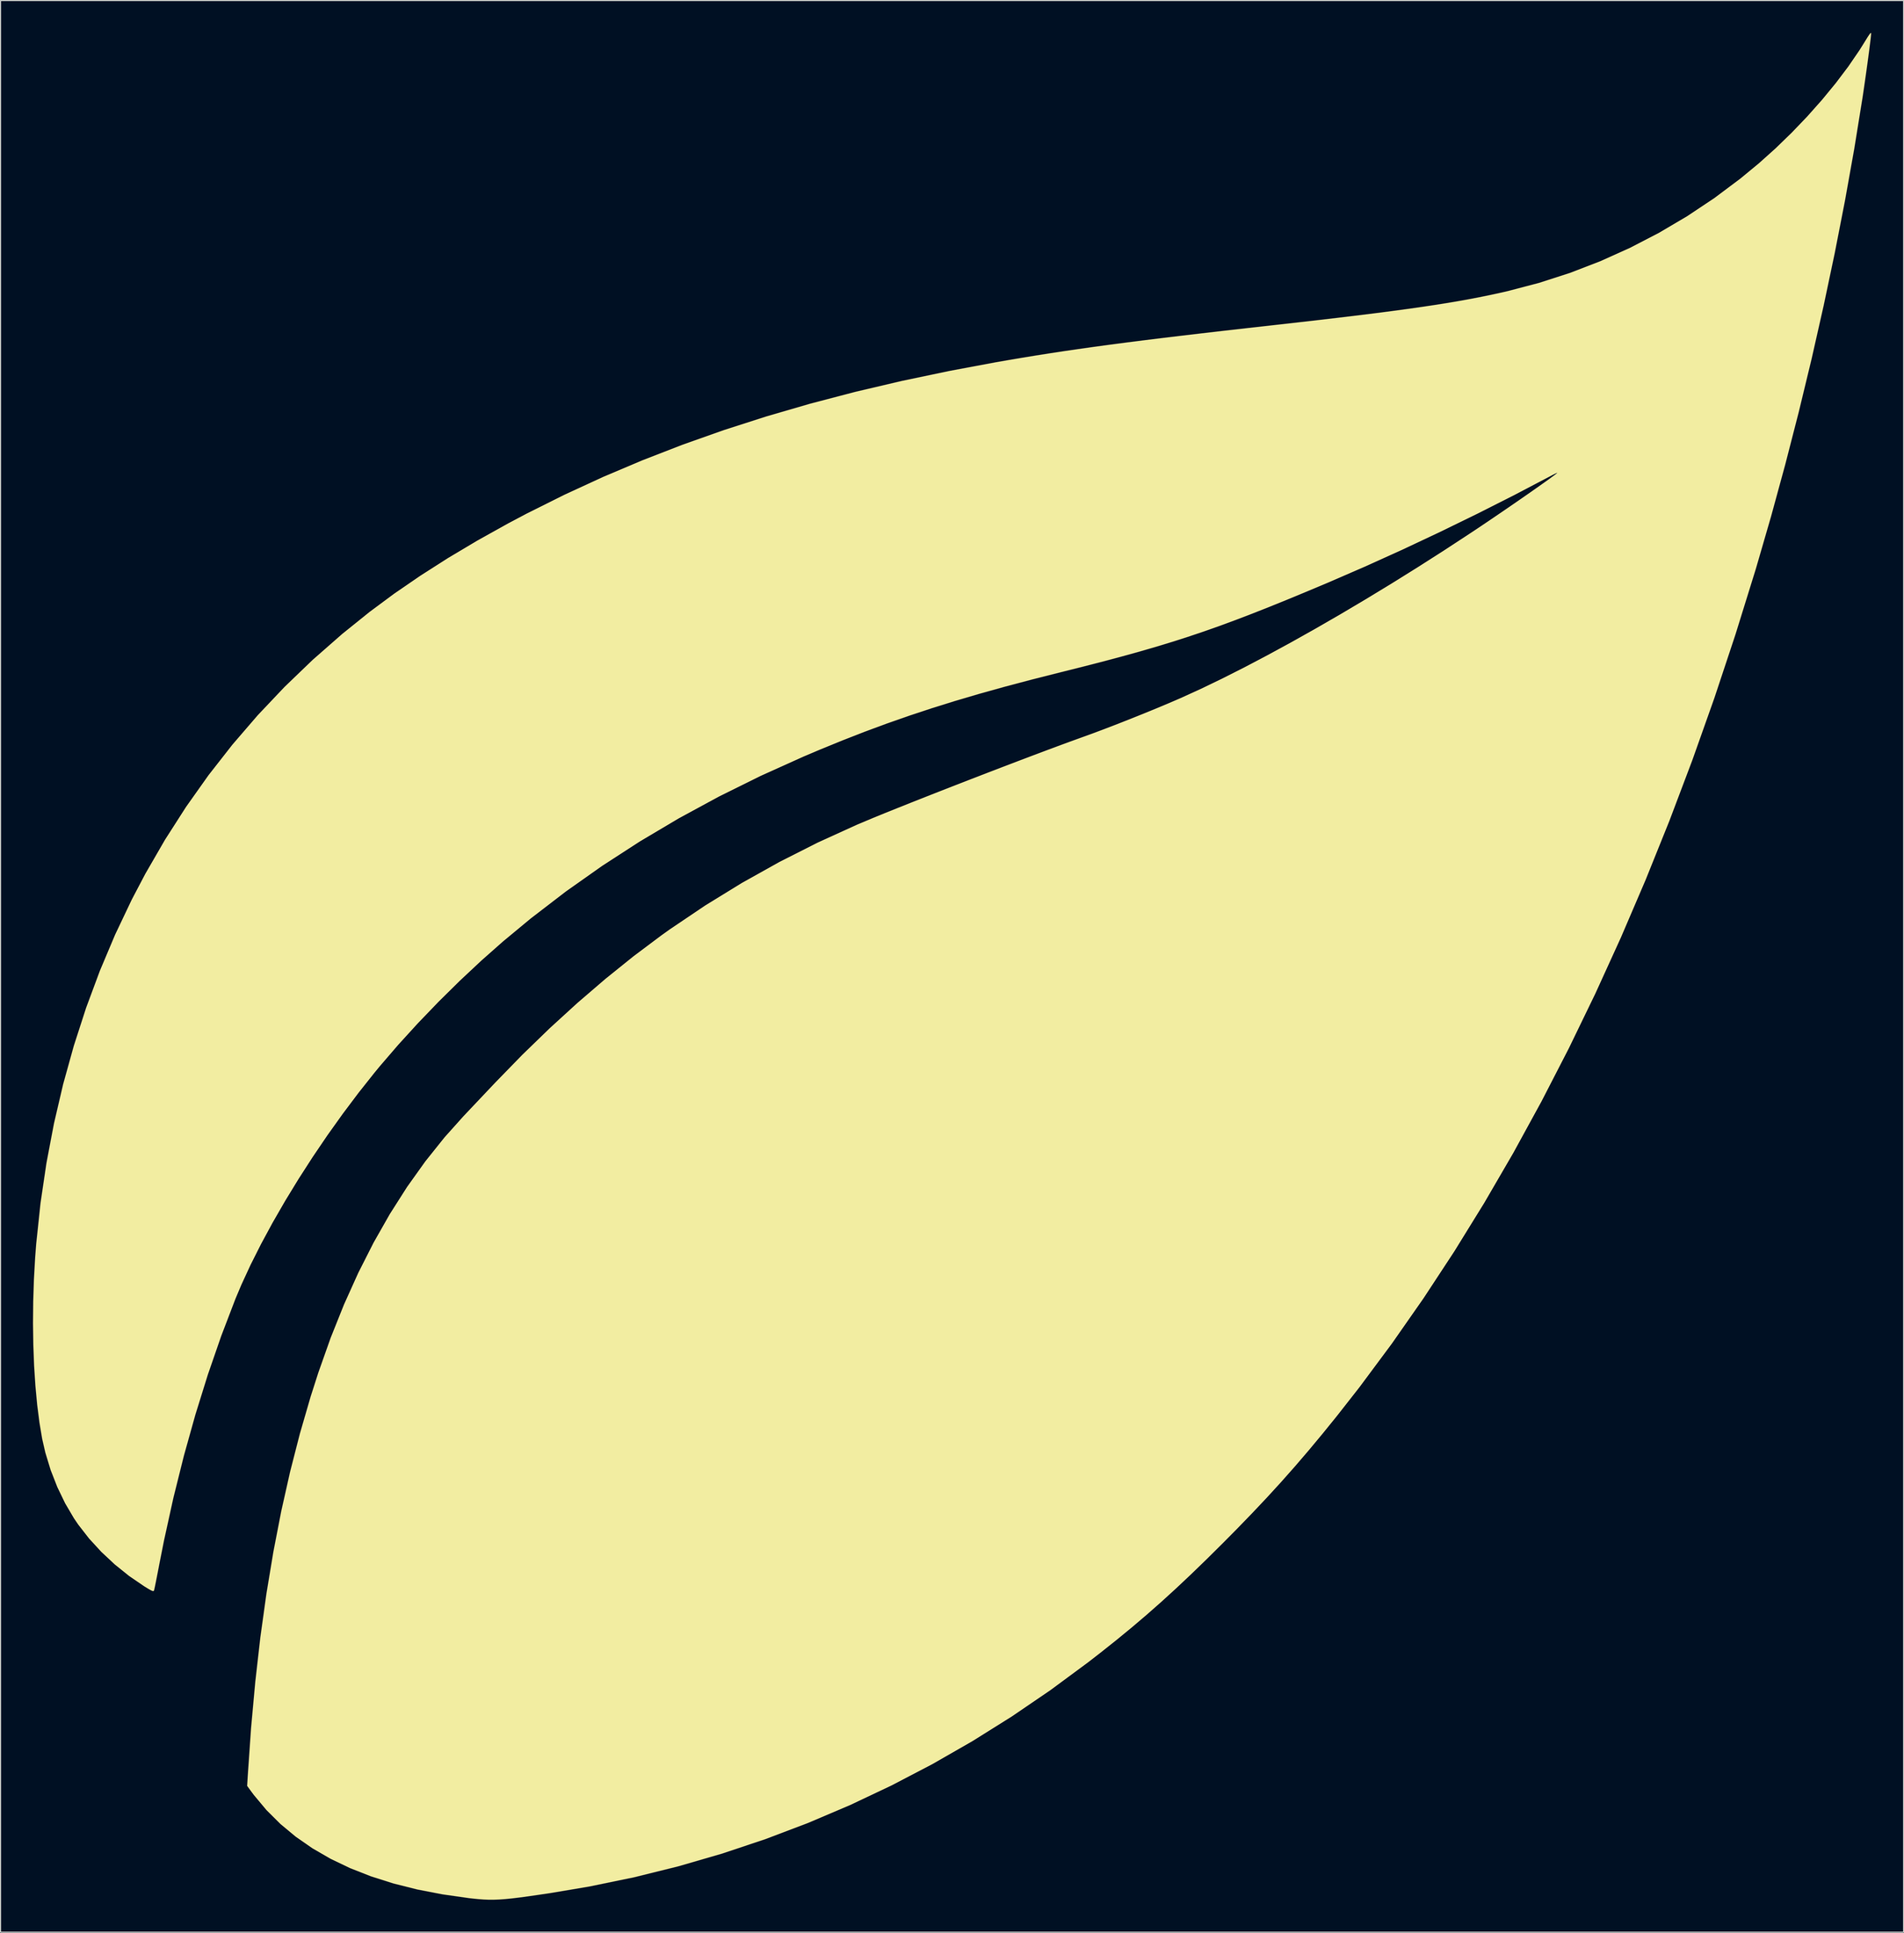
<source format=kicad_pcb>
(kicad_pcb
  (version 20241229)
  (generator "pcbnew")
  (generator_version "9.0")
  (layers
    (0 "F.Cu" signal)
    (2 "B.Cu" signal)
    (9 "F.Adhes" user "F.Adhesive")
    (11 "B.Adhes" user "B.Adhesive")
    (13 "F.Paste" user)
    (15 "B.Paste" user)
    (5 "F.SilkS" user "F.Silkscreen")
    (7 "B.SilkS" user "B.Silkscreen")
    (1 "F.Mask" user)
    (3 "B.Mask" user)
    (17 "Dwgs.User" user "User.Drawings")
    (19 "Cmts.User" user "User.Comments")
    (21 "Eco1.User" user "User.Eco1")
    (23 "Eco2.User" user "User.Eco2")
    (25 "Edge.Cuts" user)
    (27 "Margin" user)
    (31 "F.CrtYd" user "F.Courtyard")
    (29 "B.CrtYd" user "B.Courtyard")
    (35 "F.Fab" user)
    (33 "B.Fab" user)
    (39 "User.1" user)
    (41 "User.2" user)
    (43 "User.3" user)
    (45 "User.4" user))
  (footprint "leaf"
    (layer "F.Cu")
    (at 84.913 86.467)
    (property "Reference" "leaf" (at 0 0 0) (layer "F.SilkS") (effects (font (size 1.5 1.5) (thickness 0.3))))
    (attr board_only exclude_from_pos_files exclude_from_bom)
    (fp_poly (pts (xy 84.917 -86.459) (xy 84.921 -86.423) (xy 84.909 -86.255) (xy 84.875 -85.941) (xy 84.822 -85.503) (xy 84.754 -84.963) (xy 84.672 -84.342) (xy 84.58 -83.662) (xy 84.481 -82.944) (xy 84.377 -82.211) (xy 84.272 -81.484) (xy 84.169 -80.784) (xy 84.109 -80.391) (xy 83.356 -75.736) (xy 82.504 -70.977) (xy 81.56 -66.142) (xy 80.529 -61.259) (xy 79.42 -56.357) (xy 78.237 -51.464) (xy 76.988 -46.609) (xy 75.679 -41.819) (xy 74.316 -37.124) (xy 74.241 -36.872) (xy 72.379 -30.878) (xy 70.432 -25.014) (xy 68.399 -19.283) (xy 66.283 -13.686) (xy 64.083 -8.224) (xy 61.8 -2.899) (xy 59.435 2.288) (xy 56.989 7.336) (xy 54.462 12.243) (xy 51.855 17.008) (xy 49.168 21.629) (xy 46.403 26.106) (xy 43.56 30.435) (xy 40.639 34.617) (xy 37.642 38.65) (xy 35.552 41.317) (xy 34.228 42.951) (xy 32.948 44.489) (xy 31.686 45.961) (xy 30.415 47.396) (xy 29.11 48.823) (xy 27.743 50.272) (xy 26.29 51.772) (xy 25.064 53.01) (xy 23.536 54.526) (xy 22.087 55.929) (xy 20.694 57.24) (xy 19.333 58.481) (xy 17.98 59.673) (xy 16.611 60.837) (xy 15.201 61.995) (xy 13.728 63.166) (xy 12.567 64.067) (xy 9.075 66.646) (xy 5.512 69.074) (xy 1.881 71.348) (xy -1.818 73.469) (xy -5.581 75.435) (xy -9.406 77.246) (xy -13.291 78.899) (xy -17.234 80.395) (xy -21.232 81.732) (xy -25.283 82.909) (xy -29.384 83.926) (xy -33.534 84.781) (xy -37.126 85.385) (xy -38.212 85.546) (xy -39.15 85.681) (xy -39.962 85.79) (xy -40.666 85.875) (xy -41.283 85.937) (xy -41.833 85.976) (xy -42.336 85.995) (xy -42.812 85.995) (xy -43.28 85.976) (xy -43.76 85.94) (xy -44.274 85.889) (xy -44.619 85.85) (xy -47.087 85.499) (xy -49.42 85.047) (xy -51.619 84.493) (xy -53.686 83.836) (xy -55.62 83.076) (xy -57.423 82.213) (xy -59.096 81.245) (xy -60.64 80.173) (xy -62.055 78.996) (xy -63.343 77.713) (xy -64.504 76.325) (xy -64.724 76.031) (xy -65.127 75.48) (xy -65.072 74.549) (xy -64.765 70.133) (xy -64.376 65.861) (xy -63.904 61.726) (xy -63.347 57.724) (xy -62.704 53.85) (xy -61.976 50.098) (xy -61.16 46.463) (xy -60.256 42.939) (xy -59.264 39.522) (xy -58.55 37.296) (xy -57.412 34.084) (xy -56.182 31.012) (xy -54.861 28.082) (xy -53.448 25.293) (xy -51.944 22.646) (xy -50.349 20.141) (xy -48.663 17.779) (xy -46.887 15.558) (xy -45.158 13.627) (xy -44.844 13.294) (xy -44.437 12.864) (xy -43.962 12.362) (xy -43.444 11.814) (xy -42.906 11.245) (xy -42.373 10.682) (xy -42.185 10.483) (xy -39.701 7.932) (xy -37.17 5.479) (xy -34.605 3.137) (xy -32.022 0.919) (xy -29.435 -1.164) (xy -26.859 -3.096) (xy -26.077 -3.655) (xy -22.802 -5.862) (xy -19.422 -7.94) (xy -15.949 -9.881) (xy -12.394 -11.68) (xy -8.765 -13.331) (xy -7.239 -13.972) (xy -6.192 -14.399) (xy -5.032 -14.865) (xy -3.779 -15.365) (xy -2.45 -15.891) (xy -1.064 -16.435) (xy 0.359 -16.991) (xy 1.802 -17.551) (xy 3.244 -18.108) (xy 4.669 -18.655) (xy 6.056 -19.184) (xy 7.387 -19.689) (xy 8.643 -20.161) (xy 9.806 -20.595) (xy 10.857 -20.982) (xy 11.777 -21.316) (xy 12.093 -21.429) (xy 13.067 -21.783) (xy 14.158 -22.193) (xy 15.326 -22.643) (xy 16.536 -23.12) (xy 17.75 -23.607) (xy 18.929 -24.09) (xy 20.036 -24.554) (xy 21.034 -24.984) (xy 21.223 -25.067) (xy 23.031 -25.892) (xy 24.955 -26.821) (xy 26.982 -27.845) (xy 29.1 -28.959) (xy 31.297 -30.154) (xy 33.56 -31.424) (xy 35.877 -32.761) (xy 38.234 -34.159) (xy 40.621 -35.61) (xy 43.023 -37.108) (xy 45.429 -38.644) (xy 47.826 -40.213) (xy 48.26 -40.501) (xy 48.963 -40.97) (xy 49.698 -41.466) (xy 50.453 -41.978) (xy 51.213 -42.497) (xy 51.963 -43.012) (xy 52.689 -43.514) (xy 53.377 -43.992) (xy 54.013 -44.438) (xy 54.582 -44.84) (xy 55.071 -45.188) (xy 55.464 -45.474) (xy 55.748 -45.687) (xy 55.908 -45.817) (xy 55.922 -45.831) (xy 55.891 -45.83) (xy 55.738 -45.761) (xy 55.49 -45.637) (xy 55.287 -45.53) (xy 51.96 -43.784) (xy 48.543 -42.056) (xy 45.079 -40.366) (xy 41.609 -38.733) (xy 38.174 -37.179) (xy 34.816 -35.722) (xy 34.635 -35.645) (xy 32.708 -34.836) (xy 30.913 -34.093) (xy 29.229 -33.412) (xy 27.637 -32.784) (xy 26.115 -32.203) (xy 24.645 -31.662) (xy 23.205 -31.155) (xy 21.775 -30.674) (xy 20.335 -30.213) (xy 18.864 -29.766) (xy 17.343 -29.324) (xy 15.751 -28.882) (xy 14.067 -28.432) (xy 12.272 -27.969) (xy 10.345 -27.484) (xy 9.991 -27.396) (xy 7.371 -26.733) (xy 4.897 -26.078) (xy 2.55 -25.424) (xy 0.306 -24.763) (xy -1.857 -24.088) (xy -3.958 -23.393) (xy -6.022 -22.67) (xy -8.068 -21.913) (xy -10.119 -21.113) (xy -12.196 -20.264) (xy -13.716 -19.62) (xy -17.681 -17.833) (xy -21.523 -15.931) (xy -25.242 -13.913) (xy -28.84 -11.778) (xy -32.318 -9.525) (xy -35.678 -7.154) (xy -38.919 -4.665) (xy -41.487 -2.537) (xy -43.481 -0.774) (xy -45.478 1.095) (xy -47.446 3.038) (xy -49.356 5.024) (xy -51.177 7.022) (xy -52.879 9.001) (xy -53.358 9.583) (xy -54.836 11.446) (xy -56.288 13.378) (xy -57.704 15.361) (xy -59.072 17.378) (xy -60.381 19.411) (xy -61.621 21.441) (xy -62.779 23.451) (xy -63.846 25.423) (xy -64.81 27.338) (xy -65.661 29.18) (xy -66.209 30.48) (xy -67.523 33.914) (xy -68.758 37.483) (xy -69.908 41.174) (xy -70.97 44.971) (xy -71.94 48.858) (xy -72.812 52.821) (xy -73.242 54.991) (xy -73.358 55.598) (xy -73.467 56.155) (xy -73.563 56.639) (xy -73.642 57.027) (xy -73.7 57.296) (xy -73.731 57.423) (xy -73.732 57.425) (xy -73.773 57.477) (xy -73.855 57.477) (xy -74.004 57.416) (xy -74.243 57.282) (xy -74.595 57.066) (xy -74.645 57.035) (xy -76.036 56.084) (xy -77.363 55.016) (xy -78.603 53.856) (xy -79.733 52.625) (xy -80.728 51.347) (xy -81.129 50.758) (xy -81.945 49.37) (xy -82.668 47.87) (xy -83.283 46.297) (xy -83.774 44.69) (xy -84.067 43.41) (xy -84.318 41.915) (xy -84.527 40.278) (xy -84.691 38.521) (xy -84.811 36.664) (xy -84.885 34.73) (xy -84.913 32.741) (xy -84.894 30.717) (xy -84.828 28.681) (xy -84.714 26.653) (xy -84.618 25.4) (xy -84.222 21.66) (xy -83.674 17.95) (xy -82.976 14.279) (xy -82.13 10.657) (xy -81.139 7.092) (xy -80.007 3.594) (xy -78.734 0.17) (xy -77.325 -3.169) (xy -75.782 -6.415) (xy -74.535 -8.789) (xy -72.716 -11.936) (xy -70.769 -14.974) (xy -68.693 -17.903) (xy -66.486 -20.724) (xy -64.149 -23.438) (xy -61.68 -26.046) (xy -59.078 -28.549) (xy -56.342 -30.949) (xy -53.806 -32.99) (xy -51.55 -34.663) (xy -49.133 -36.322) (xy -46.564 -37.963) (xy -43.85 -39.579) (xy -41 -41.167) (xy -39.285 -42.074) (xy -35.804 -43.811) (xy -32.25 -45.449) (xy -28.615 -46.988) (xy -24.891 -48.433) (xy -21.071 -49.785) (xy -17.145 -51.047) (xy -13.107 -52.221) (xy -8.949 -53.311) (xy -4.662 -54.318) (xy -0.238 -55.246) (xy 4.022 -56.043) (xy 5.277 -56.261) (xy 6.523 -56.472) (xy 7.773 -56.676) (xy 9.037 -56.875) (xy 10.328 -57.072) (xy 11.658 -57.266) (xy 13.038 -57.461) (xy 14.479 -57.657) (xy 15.995 -57.857) (xy 17.596 -58.061) (xy 19.295 -58.271) (xy 21.103 -58.489) (xy 23.032 -58.716) (xy 25.093 -58.955) (xy 27.299 -59.206) (xy 29.662 -59.471) (xy 29.76 -59.482) (xy 31.943 -59.728) (xy 33.967 -59.96) (xy 35.843 -60.18) (xy 37.581 -60.39) (xy 39.191 -60.59) (xy 40.684 -60.784) (xy 42.07 -60.971) (xy 43.36 -61.155) (xy 44.562 -61.335) (xy 45.689 -61.513) (xy 46.749 -61.692) (xy 47.754 -61.873) (xy 48.713 -62.056) (xy 49.638 -62.244) (xy 50.537 -62.438) (xy 51.35 -62.623) (xy 54.252 -63.385) (xy 57.106 -64.307) (xy 59.906 -65.387) (xy 62.645 -66.621) (xy 65.314 -68.004) (xy 67.907 -69.533) (xy 70.417 -71.204) (xy 72.835 -73.014) (xy 74.549 -74.429) (xy 76.084 -75.804) (xy 77.579 -77.254) (xy 79.018 -78.756) (xy 80.382 -80.291) (xy 81.653 -81.837) (xy 82.814 -83.374) (xy 83.845 -84.881) (xy 84.381 -85.739) (xy 84.613 -86.117) (xy 84.775 -86.356) (xy 84.873 -86.467)) (stroke (width 0) (type solid)) (fill yes) (layer "F.SilkS")))
  (gr_rect
    (start -3 -3)
    (end 172.834 175.462)
    (stroke (width 0.1) (type default))
    (fill no)
    (layer "Edge.Cuts")))
</source>
